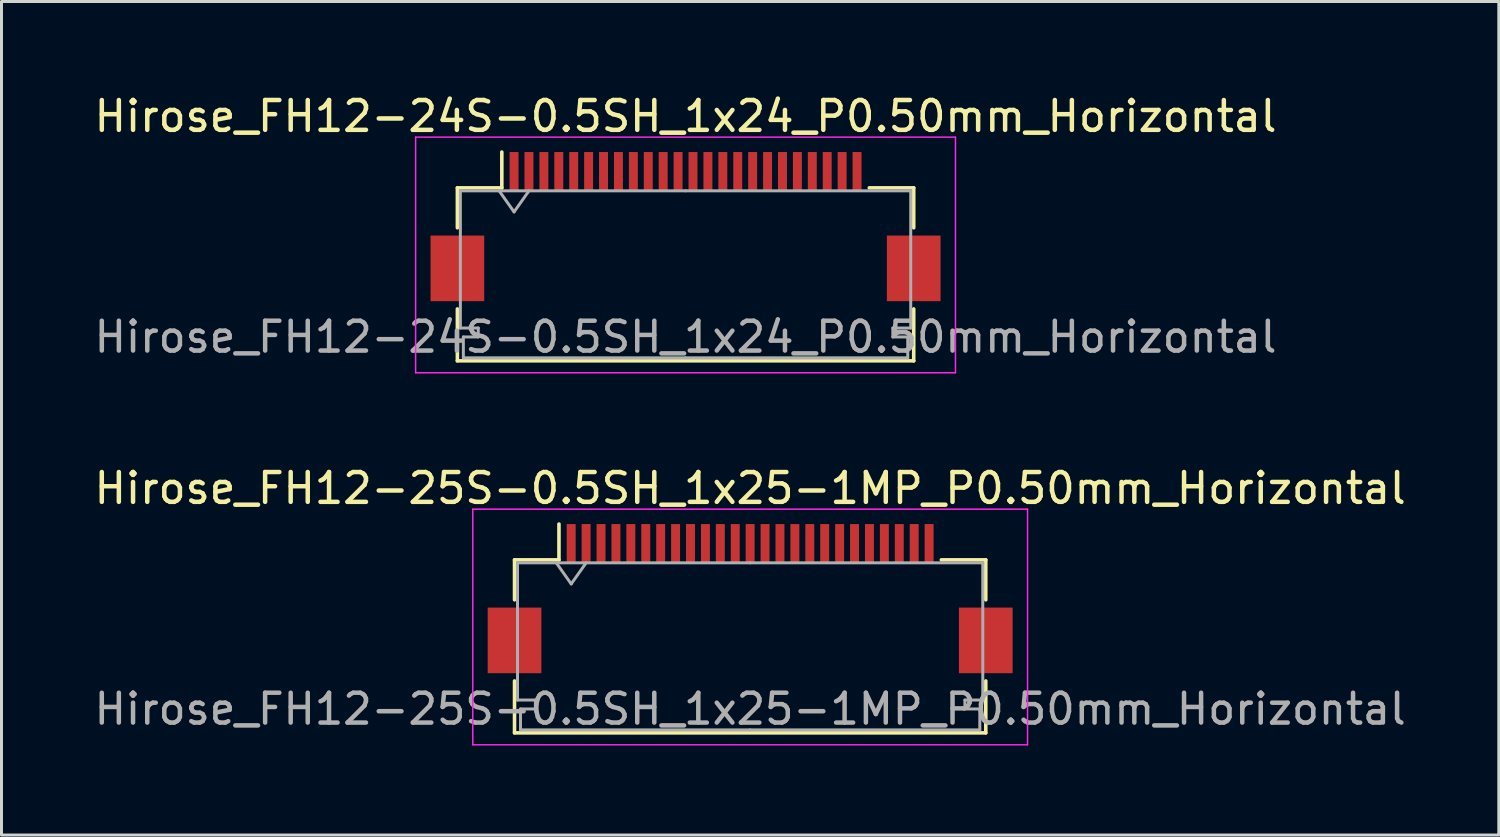
<source format=kicad_pcb>
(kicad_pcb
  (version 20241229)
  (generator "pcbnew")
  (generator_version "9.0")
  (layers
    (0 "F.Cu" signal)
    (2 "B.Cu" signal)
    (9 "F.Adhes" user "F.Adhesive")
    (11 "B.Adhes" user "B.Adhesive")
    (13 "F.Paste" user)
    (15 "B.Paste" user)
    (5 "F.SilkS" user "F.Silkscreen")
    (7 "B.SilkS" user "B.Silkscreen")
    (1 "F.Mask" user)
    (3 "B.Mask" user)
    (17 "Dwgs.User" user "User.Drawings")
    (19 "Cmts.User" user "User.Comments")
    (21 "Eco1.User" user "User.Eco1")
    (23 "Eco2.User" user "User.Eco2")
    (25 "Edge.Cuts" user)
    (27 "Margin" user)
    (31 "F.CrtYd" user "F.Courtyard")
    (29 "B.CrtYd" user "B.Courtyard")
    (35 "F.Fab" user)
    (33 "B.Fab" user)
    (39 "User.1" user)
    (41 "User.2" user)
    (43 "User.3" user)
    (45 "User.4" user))
  (footprint "Hirose_FH12-24S-0.5SH_1x24_P0.50mm_Horizontal"
    (layer "F.Cu")
    (at 19.935 4.548)
    (property "Reference" "Hirose_FH12-24S-0.5SH_1x24_P0.50mm_Horizontal" (at 0 -3.7 0) (layer "F.SilkS") (effects (font (size 1 1) (thickness 0.15))))
    (attr smd)
    (fp_line (start -7.65 -1.3) (end -7.65 0.04) (stroke (width 0.12) (type solid)) (layer "F.SilkS"))
    (fp_line (start -7.65 2.76) (end -7.65 4.5) (stroke (width 0.12) (type solid)) (layer "F.SilkS"))
    (fp_line (start -7.65 4.5) (end 7.65 4.5) (stroke (width 0.12) (type solid)) (layer "F.SilkS"))
    (fp_line (start -6.16 -1.3) (end -7.65 -1.3) (stroke (width 0.12) (type solid)) (layer "F.SilkS"))
    (fp_line (start -6.16 -1.3) (end -6.16 -2.5) (stroke (width 0.12) (type solid)) (layer "F.SilkS"))
    (fp_line (start 6.16 -1.3) (end 7.65 -1.3) (stroke (width 0.12) (type solid)) (layer "F.SilkS"))
    (fp_line (start 7.65 -1.3) (end 7.65 0.04) (stroke (width 0.12) (type solid)) (layer "F.SilkS"))
    (fp_line (start 7.65 4.5) (end 7.65 2.76) (stroke (width 0.12) (type solid)) (layer "F.SilkS"))
    (fp_line (start -9.05 -3) (end -9.05 4.9) (stroke (width 0.05) (type solid)) (layer "F.CrtYd"))
    (fp_line (start -9.05 4.9) (end 9.05 4.9) (stroke (width 0.05) (type solid)) (layer "F.CrtYd"))
    (fp_line (start 9.05 -3) (end -9.05 -3) (stroke (width 0.05) (type solid)) (layer "F.CrtYd"))
    (fp_line (start 9.05 4.9) (end 9.05 -3) (stroke (width 0.05) (type solid)) (layer "F.CrtYd"))
    (fp_line (start -7.55 -1.2) (end -7.55 3.4) (stroke (width 0.1) (type solid)) (layer "F.Fab"))
    (fp_line (start -7.55 3.4) (end -6.95 3.4) (stroke (width 0.1) (type solid)) (layer "F.Fab"))
    (fp_line (start -7.45 3.7) (end -7.45 4.4) (stroke (width 0.1) (type solid)) (layer "F.Fab"))
    (fp_line (start -7.45 4.4) (end 0 4.4) (stroke (width 0.1) (type solid)) (layer "F.Fab"))
    (fp_line (start -6.95 3.4) (end -6.95 3.7) (stroke (width 0.1) (type solid)) (layer "F.Fab"))
    (fp_line (start -6.95 3.7) (end -7.45 3.7) (stroke (width 0.1) (type solid)) (layer "F.Fab"))
    (fp_line (start -6.25 -1.2) (end -5.75 -0.493) (stroke (width 0.1) (type solid)) (layer "F.Fab"))
    (fp_line (start -5.75 -0.493) (end -5.25 -1.2) (stroke (width 0.1) (type solid)) (layer "F.Fab"))
    (fp_line (start 0 -1.2) (end -7.55 -1.2) (stroke (width 0.1) (type solid)) (layer "F.Fab"))
    (fp_line (start 0 -1.2) (end 7.55 -1.2) (stroke (width 0.1) (type solid)) (layer "F.Fab"))
    (fp_line (start 6.95 3.4) (end 6.95 3.7) (stroke (width 0.1) (type solid)) (layer "F.Fab"))
    (fp_line (start 6.95 3.7) (end 7.45 3.7) (stroke (width 0.1) (type solid)) (layer "F.Fab"))
    (fp_line (start 7.45 3.7) (end 7.45 4.4) (stroke (width 0.1) (type solid)) (layer "F.Fab"))
    (fp_line (start 7.45 4.4) (end 0 4.4) (stroke (width 0.1) (type solid)) (layer "F.Fab"))
    (fp_line (start 7.55 -1.2) (end 7.55 3.4) (stroke (width 0.1) (type solid)) (layer "F.Fab"))
    (fp_line (start 7.55 3.4) (end 6.95 3.4) (stroke (width 0.1) (type solid)) (layer "F.Fab"))
    (fp_text user "${REFERENCE}" (at 0 3.7 0) (layer "F.Fab") (effects (font (size 1 1) (thickness 0.15))))
    (pad "" smd rect (at -7.65 1.4) (size 1.8 2.2) (layers "F.Cu" "F.Mask" "F.Paste"))
    (pad "" smd rect (at 7.65 1.4) (size 1.8 2.2) (layers "F.Cu" "F.Mask" "F.Paste"))
    (pad "1" smd rect (at -5.75 -1.85) (size 0.3 1.3) (layers "F.Cu" "F.Mask" "F.Paste"))
    (pad "2" smd rect (at -5.25 -1.85) (size 0.3 1.3) (layers "F.Cu" "F.Mask" "F.Paste"))
    (pad "3" smd rect (at -4.75 -1.85) (size 0.3 1.3) (layers "F.Cu" "F.Mask" "F.Paste"))
    (pad "4" smd rect (at -4.25 -1.85) (size 0.3 1.3) (layers "F.Cu" "F.Mask" "F.Paste"))
    (pad "5" smd rect (at -3.75 -1.85) (size 0.3 1.3) (layers "F.Cu" "F.Mask" "F.Paste"))
    (pad "6" smd rect (at -3.25 -1.85) (size 0.3 1.3) (layers "F.Cu" "F.Mask" "F.Paste"))
    (pad "7" smd rect (at -2.75 -1.85) (size 0.3 1.3) (layers "F.Cu" "F.Mask" "F.Paste"))
    (pad "8" smd rect (at -2.25 -1.85) (size 0.3 1.3) (layers "F.Cu" "F.Mask" "F.Paste"))
    (pad "9" smd rect (at -1.75 -1.85) (size 0.3 1.3) (layers "F.Cu" "F.Mask" "F.Paste"))
    (pad "10" smd rect (at -1.25 -1.85) (size 0.3 1.3) (layers "F.Cu" "F.Mask" "F.Paste"))
    (pad "11" smd rect (at -0.75 -1.85) (size 0.3 1.3) (layers "F.Cu" "F.Mask" "F.Paste"))
    (pad "12" smd rect (at -0.25 -1.85) (size 0.3 1.3) (layers "F.Cu" "F.Mask" "F.Paste"))
    (pad "13" smd rect (at 0.25 -1.85) (size 0.3 1.3) (layers "F.Cu" "F.Mask" "F.Paste"))
    (pad "14" smd rect (at 0.75 -1.85) (size 0.3 1.3) (layers "F.Cu" "F.Mask" "F.Paste"))
    (pad "15" smd rect (at 1.25 -1.85) (size 0.3 1.3) (layers "F.Cu" "F.Mask" "F.Paste"))
    (pad "16" smd rect (at 1.75 -1.85) (size 0.3 1.3) (layers "F.Cu" "F.Mask" "F.Paste"))
    (pad "17" smd rect (at 2.25 -1.85) (size 0.3 1.3) (layers "F.Cu" "F.Mask" "F.Paste"))
    (pad "18" smd rect (at 2.75 -1.85) (size 0.3 1.3) (layers "F.Cu" "F.Mask" "F.Paste"))
    (pad "19" smd rect (at 3.25 -1.85) (size 0.3 1.3) (layers "F.Cu" "F.Mask" "F.Paste"))
    (pad "20" smd rect (at 3.75 -1.85) (size 0.3 1.3) (layers "F.Cu" "F.Mask" "F.Paste"))
    (pad "21" smd rect (at 4.25 -1.85) (size 0.3 1.3) (layers "F.Cu" "F.Mask" "F.Paste"))
    (pad "22" smd rect (at 4.75 -1.85) (size 0.3 1.3) (layers "F.Cu" "F.Mask" "F.Paste"))
    (pad "23" smd rect (at 5.25 -1.85) (size 0.3 1.3) (layers "F.Cu" "F.Mask" "F.Paste"))
    (pad "24" smd rect (at 5.75 -1.85) (size 0.3 1.3) (layers "F.Cu" "F.Mask" "F.Paste")))
  (footprint "Hirose_FH12-25S-0.5SH_1x25-1MP_P0.50mm_Horizontal"
    (layer "F.Cu")
    (at 22.101 17.021)
    (property "Reference" "Hirose_FH12-25S-0.5SH_1x25-1MP_P0.50mm_Horizontal" (at 0 -3.7 0) (layer "F.SilkS") (effects (font (size 1 1) (thickness 0.15))))
    (attr smd)
    (fp_line (start -7.9 -1.3) (end -7.9 0.04) (stroke (width 0.12) (type solid)) (layer "F.SilkS"))
    (fp_line (start -7.9 2.76) (end -7.9 4.5) (stroke (width 0.12) (type solid)) (layer "F.SilkS"))
    (fp_line (start -7.9 4.5) (end 7.9 4.5) (stroke (width 0.12) (type solid)) (layer "F.SilkS"))
    (fp_line (start -6.41 -1.3) (end -7.9 -1.3) (stroke (width 0.12) (type solid)) (layer "F.SilkS"))
    (fp_line (start -6.41 -1.3) (end -6.41 -2.5) (stroke (width 0.12) (type solid)) (layer "F.SilkS"))
    (fp_line (start 6.41 -1.3) (end 7.9 -1.3) (stroke (width 0.12) (type solid)) (layer "F.SilkS"))
    (fp_line (start 7.9 -1.3) (end 7.9 0.04) (stroke (width 0.12) (type solid)) (layer "F.SilkS"))
    (fp_line (start 7.9 4.5) (end 7.9 2.76) (stroke (width 0.12) (type solid)) (layer "F.SilkS"))
    (fp_line (start -9.3 -3) (end -9.3 4.9) (stroke (width 0.05) (type solid)) (layer "F.CrtYd"))
    (fp_line (start -9.3 4.9) (end 9.3 4.9) (stroke (width 0.05) (type solid)) (layer "F.CrtYd"))
    (fp_line (start 9.3 -3) (end -9.3 -3) (stroke (width 0.05) (type solid)) (layer "F.CrtYd"))
    (fp_line (start 9.3 4.9) (end 9.3 -3) (stroke (width 0.05) (type solid)) (layer "F.CrtYd"))
    (fp_line (start -7.8 -1.2) (end -7.8 3.4) (stroke (width 0.1) (type solid)) (layer "F.Fab"))
    (fp_line (start -7.8 3.4) (end -7.2 3.4) (stroke (width 0.1) (type solid)) (layer "F.Fab"))
    (fp_line (start -7.7 3.7) (end -7.7 4.4) (stroke (width 0.1) (type solid)) (layer "F.Fab"))
    (fp_line (start -7.7 4.4) (end 0 4.4) (stroke (width 0.1) (type solid)) (layer "F.Fab"))
    (fp_line (start -7.2 3.4) (end -7.2 3.7) (stroke (width 0.1) (type solid)) (layer "F.Fab"))
    (fp_line (start -7.2 3.7) (end -7.7 3.7) (stroke (width 0.1) (type solid)) (layer "F.Fab"))
    (fp_line (start -6.5 -1.2) (end -6 -0.493) (stroke (width 0.1) (type solid)) (layer "F.Fab"))
    (fp_line (start -6 -0.493) (end -5.5 -1.2) (stroke (width 0.1) (type solid)) (layer "F.Fab"))
    (fp_line (start 0 -1.2) (end -7.8 -1.2) (stroke (width 0.1) (type solid)) (layer "F.Fab"))
    (fp_line (start 0 -1.2) (end 7.8 -1.2) (stroke (width 0.1) (type solid)) (layer "F.Fab"))
    (fp_line (start 7.2 3.4) (end 7.2 3.7) (stroke (width 0.1) (type solid)) (layer "F.Fab"))
    (fp_line (start 7.2 3.7) (end 7.7 3.7) (stroke (width 0.1) (type solid)) (layer "F.Fab"))
    (fp_line (start 7.7 3.7) (end 7.7 4.4) (stroke (width 0.1) (type solid)) (layer "F.Fab"))
    (fp_line (start 7.7 4.4) (end 0 4.4) (stroke (width 0.1) (type solid)) (layer "F.Fab"))
    (fp_line (start 7.8 -1.2) (end 7.8 3.4) (stroke (width 0.1) (type solid)) (layer "F.Fab"))
    (fp_line (start 7.8 3.4) (end 7.2 3.4) (stroke (width 0.1) (type solid)) (layer "F.Fab"))
    (fp_text user "${REFERENCE}" (at 0 3.7 0) (layer "F.Fab") (effects (font (size 1 1) (thickness 0.15))))
    (pad "1" smd rect (at -6 -1.85) (size 0.3 1.3) (layers "F.Cu" "F.Mask" "F.Paste"))
    (pad "2" smd rect (at -5.5 -1.85) (size 0.3 1.3) (layers "F.Cu" "F.Mask" "F.Paste"))
    (pad "3" smd rect (at -5 -1.85) (size 0.3 1.3) (layers "F.Cu" "F.Mask" "F.Paste"))
    (pad "4" smd rect (at -4.5 -1.85) (size 0.3 1.3) (layers "F.Cu" "F.Mask" "F.Paste"))
    (pad "5" smd rect (at -4 -1.85) (size 0.3 1.3) (layers "F.Cu" "F.Mask" "F.Paste"))
    (pad "6" smd rect (at -3.5 -1.85) (size 0.3 1.3) (layers "F.Cu" "F.Mask" "F.Paste"))
    (pad "7" smd rect (at -3 -1.85) (size 0.3 1.3) (layers "F.Cu" "F.Mask" "F.Paste"))
    (pad "8" smd rect (at -2.5 -1.85) (size 0.3 1.3) (layers "F.Cu" "F.Mask" "F.Paste"))
    (pad "9" smd rect (at -2 -1.85) (size 0.3 1.3) (layers "F.Cu" "F.Mask" "F.Paste"))
    (pad "10" smd rect (at -1.5 -1.85) (size 0.3 1.3) (layers "F.Cu" "F.Mask" "F.Paste"))
    (pad "11" smd rect (at -1 -1.85) (size 0.3 1.3) (layers "F.Cu" "F.Mask" "F.Paste"))
    (pad "12" smd rect (at -0.5 -1.85) (size 0.3 1.3) (layers "F.Cu" "F.Mask" "F.Paste"))
    (pad "13" smd rect (at 0 -1.85) (size 0.3 1.3) (layers "F.Cu" "F.Mask" "F.Paste"))
    (pad "14" smd rect (at 0.5 -1.85) (size 0.3 1.3) (layers "F.Cu" "F.Mask" "F.Paste"))
    (pad "15" smd rect (at 1 -1.85) (size 0.3 1.3) (layers "F.Cu" "F.Mask" "F.Paste"))
    (pad "16" smd rect (at 1.5 -1.85) (size 0.3 1.3) (layers "F.Cu" "F.Mask" "F.Paste"))
    (pad "17" smd rect (at 2 -1.85) (size 0.3 1.3) (layers "F.Cu" "F.Mask" "F.Paste"))
    (pad "18" smd rect (at 2.5 -1.85) (size 0.3 1.3) (layers "F.Cu" "F.Mask" "F.Paste"))
    (pad "19" smd rect (at 3 -1.85) (size 0.3 1.3) (layers "F.Cu" "F.Mask" "F.Paste"))
    (pad "20" smd rect (at 3.5 -1.85) (size 0.3 1.3) (layers "F.Cu" "F.Mask" "F.Paste"))
    (pad "21" smd rect (at 4 -1.85) (size 0.3 1.3) (layers "F.Cu" "F.Mask" "F.Paste"))
    (pad "22" smd rect (at 4.5 -1.85) (size 0.3 1.3) (layers "F.Cu" "F.Mask" "F.Paste"))
    (pad "23" smd rect (at 5 -1.85) (size 0.3 1.3) (layers "F.Cu" "F.Mask" "F.Paste"))
    (pad "24" smd rect (at 5.5 -1.85) (size 0.3 1.3) (layers "F.Cu" "F.Mask" "F.Paste"))
    (pad "25" smd rect (at 6 -1.85) (size 0.3 1.3) (layers "F.Cu" "F.Mask" "F.Paste"))
    (pad "MP" smd rect (at -7.9 1.4) (size 1.8 2.2) (layers "F.Cu" "F.Mask" "F.Paste"))
    (pad "MP" smd rect (at 7.9 1.4) (size 1.8 2.2) (layers "F.Cu" "F.Mask" "F.Paste")))
  (gr_rect
    (start -3 -3)
    (end 47.202 24.947)
    (stroke (width 0.1) (type default))
    (fill no)
    (layer "Edge.Cuts")))
</source>
